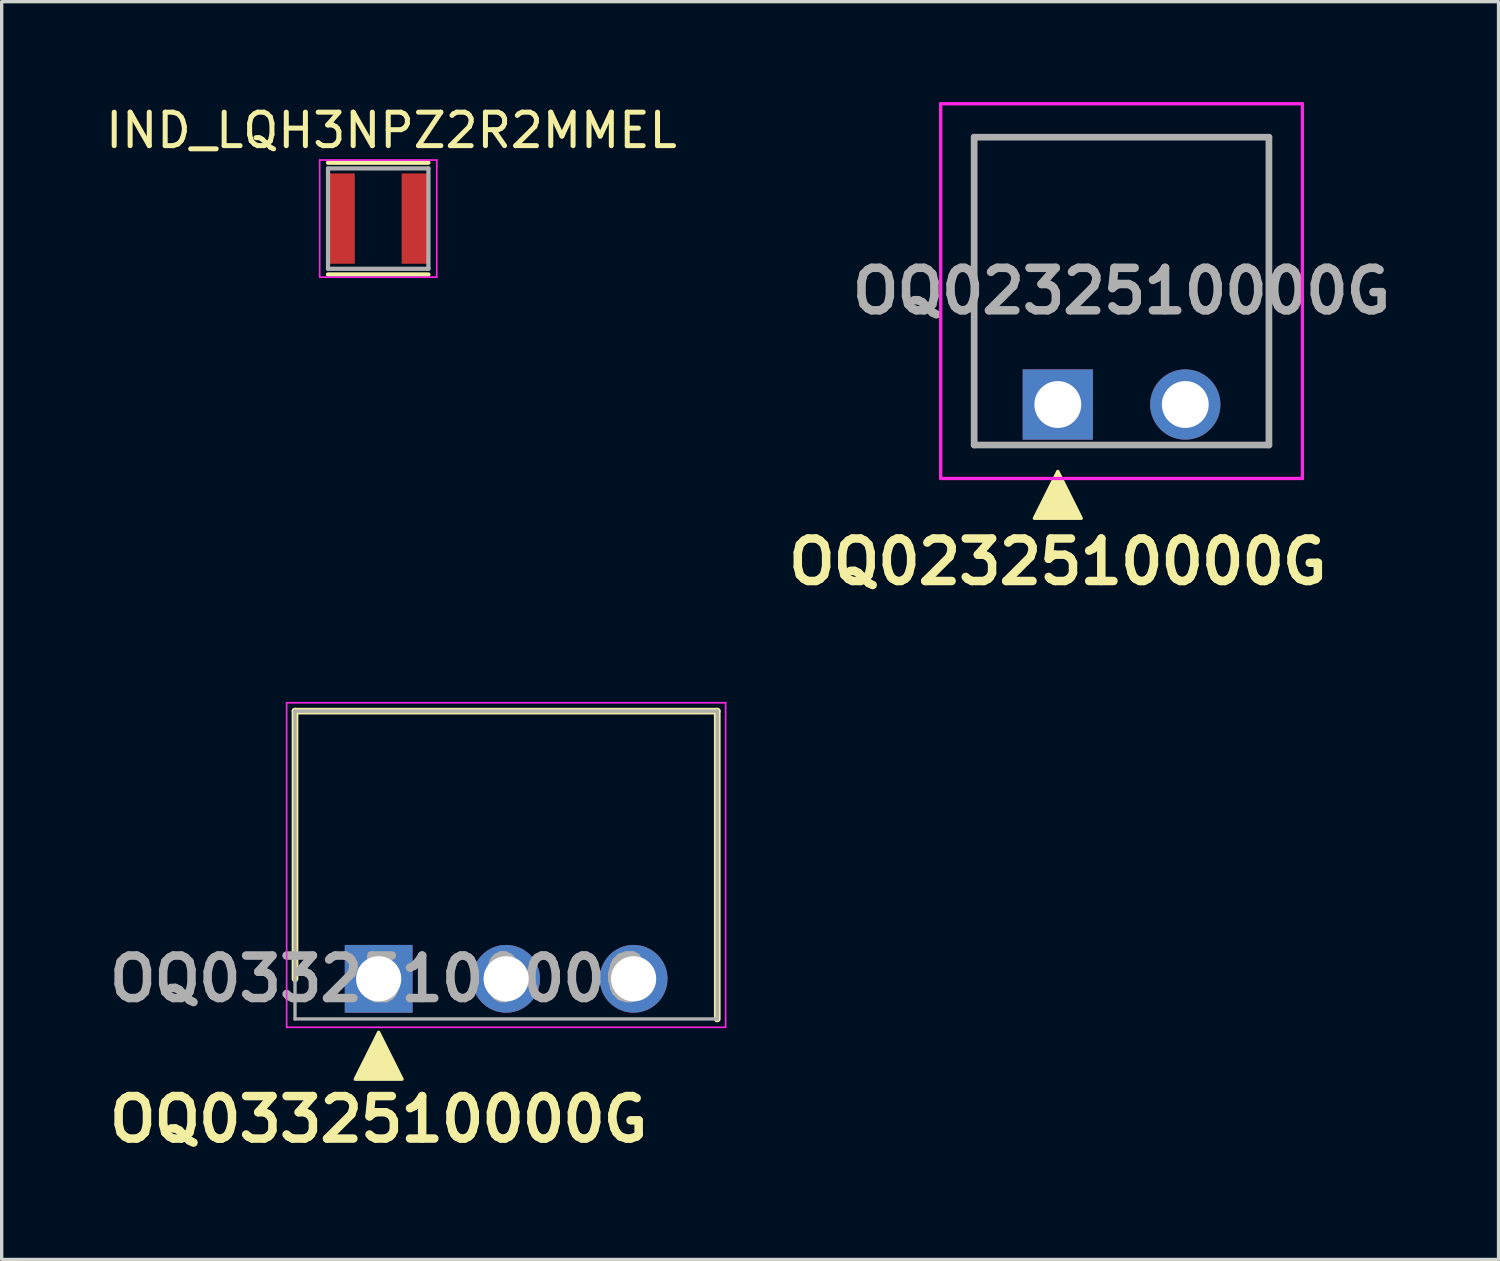
<source format=kicad_pcb>
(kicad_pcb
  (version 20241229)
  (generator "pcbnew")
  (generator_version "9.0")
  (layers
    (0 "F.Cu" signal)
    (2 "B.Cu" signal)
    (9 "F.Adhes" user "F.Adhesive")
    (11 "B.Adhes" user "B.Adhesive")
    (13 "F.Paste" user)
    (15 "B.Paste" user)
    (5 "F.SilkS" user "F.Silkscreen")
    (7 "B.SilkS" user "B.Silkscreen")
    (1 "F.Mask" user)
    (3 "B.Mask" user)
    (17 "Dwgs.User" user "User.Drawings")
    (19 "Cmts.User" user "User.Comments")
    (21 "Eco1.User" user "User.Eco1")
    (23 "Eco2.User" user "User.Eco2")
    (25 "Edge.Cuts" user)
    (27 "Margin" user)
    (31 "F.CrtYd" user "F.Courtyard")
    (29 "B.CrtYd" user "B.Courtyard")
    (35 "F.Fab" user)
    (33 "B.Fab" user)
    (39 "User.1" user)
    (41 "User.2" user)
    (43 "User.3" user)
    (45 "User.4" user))
  (footprint "OQ0332510000G"
    (layer "F.Cu")
    (at 8.267 26.204)
    (property "Reference" "OQ0332510000G" (at 0 4.2 0) (layer "F.SilkS") (effects (font (size 1.27 1.27) (thickness 0.254))))
    (attr through_hole)
    (fp_line (start -2.5 -8) (end 10.12 -8) (stroke (width 0.2) (type solid)) (layer "F.SilkS"))
    (fp_line (start -2.5 0) (end -2.5 -8) (stroke (width 0.2) (type solid)) (layer "F.SilkS"))
    (fp_line (start 10.12 -8) (end 10.12 1.2) (stroke (width 0.2) (type solid)) (layer "F.SilkS"))
    (fp_poly (pts (xy 0 1.6) (xy -0.7 3) (xy 0.7 3)) (stroke (width 0.1) (type solid)) (fill yes) (layer "F.SilkS"))
    (fp_line (start -2.75 -8.25) (end -2.75 1.45) (stroke (width 0.05) (type solid)) (layer "F.CrtYd"))
    (fp_line (start -2.75 1.45) (end 10.37 1.45) (stroke (width 0.05) (type solid)) (layer "F.CrtYd"))
    (fp_line (start 10.37 -8.25) (end -2.75 -8.25) (stroke (width 0.05) (type solid)) (layer "F.CrtYd"))
    (fp_line (start 10.37 1.45) (end 10.37 -8.25) (stroke (width 0.05) (type solid)) (layer "F.CrtYd"))
    (fp_line (start -2.5 -8) (end 10.12 -8) (stroke (width 0.1) (type solid)) (layer "F.Fab"))
    (fp_line (start -2.5 1.2) (end -2.5 -8) (stroke (width 0.1) (type solid)) (layer "F.Fab"))
    (fp_line (start 10.12 -8) (end 10.12 1.2) (stroke (width 0.1) (type solid)) (layer "F.Fab"))
    (fp_line (start 10.12 1.2) (end -2.5 1.2) (stroke (width 0.1) (type solid)) (layer "F.Fab"))
    (fp_text user "${REFERENCE}" (at 0 0 0) (layer "F.Fab") (effects (font (size 1.27 1.27) (thickness 0.254))))
    (pad "1" thru_hole rect (at 0 0) (size 2.025 2.025) (drill 1.35) (layers "*.Cu" "*.Mask"))
    (pad "2" thru_hole circle (at 3.81 0) (size 2.025 2.025) (drill 1.35) (layers "*.Cu" "*.Mask"))
    (pad "3" thru_hole circle (at 7.62 0) (size 2.025 2.025) (drill 1.35) (layers "*.Cu" "*.Mask")))
  (footprint "IND_LQH3NPZ2R2MMEL"
    (layer "F.Cu")
    (at 8.254 3.483)
    (property "Reference" "IND_LQH3NPZ2R2MMEL" (at 0.395 -2.635 0) (layer "F.SilkS") (effects (font (size 1 1) (thickness 0.15))))
    (attr smd)
    (fp_line (start -1.5 -1.67) (end 1.5 -1.67) (stroke (width 0.127) (type solid)) (layer "F.SilkS"))
    (fp_line (start -1.5 1.67) (end 1.5 1.67) (stroke (width 0.127) (type solid)) (layer "F.SilkS"))
    (fp_line (start -1.75 -1.75) (end 1.75 -1.75) (stroke (width 0.05) (type solid)) (layer "F.CrtYd"))
    (fp_line (start -1.75 1.75) (end -1.75 -1.75) (stroke (width 0.05) (type solid)) (layer "F.CrtYd"))
    (fp_line (start 1.75 -1.75) (end 1.75 1.75) (stroke (width 0.05) (type solid)) (layer "F.CrtYd"))
    (fp_line (start 1.75 1.75) (end -1.75 1.75) (stroke (width 0.05) (type solid)) (layer "F.CrtYd"))
    (fp_line (start -1.5 -1.5) (end 1.5 -1.5) (stroke (width 0.127) (type solid)) (layer "F.Fab"))
    (fp_line (start -1.5 1.5) (end -1.5 -1.5) (stroke (width 0.127) (type solid)) (layer "F.Fab"))
    (fp_line (start 1.5 -1.5) (end 1.5 1.5) (stroke (width 0.127) (type solid)) (layer "F.Fab"))
    (fp_line (start 1.5 1.5) (end -1.5 1.5) (stroke (width 0.127) (type solid)) (layer "F.Fab"))
    (pad "1" smd rect (at -1.1 0) (size 0.8 2.7) (layers "F.Cu" "F.Mask" "F.Paste"))
    (pad "2" smd rect (at 1.1 0) (size 0.8 2.7) (layers "F.Cu" "F.Mask" "F.Paste")))
  (footprint "OQ0232510000G"
    (layer "F.Cu")
    (at 28.565 9.04)
    (property "Reference" "OQ0232510000G" (at 0 4.7 0) (layer "F.SilkS") (effects (font (size 1.27 1.27) (thickness 0.254))))
    (attr through_hole)
    (fp_line (start -2.5 -7.99) (end 6.31 -7.99) (stroke (width 0.1) (type solid)) (layer "F.SilkS"))
    (fp_line (start -2.5 1.21) (end -2.5 -7.99) (stroke (width 0.1) (type solid)) (layer "F.SilkS"))
    (fp_line (start 6.31 -7.99) (end 6.31 1.21) (stroke (width 0.1) (type solid)) (layer "F.SilkS"))
    (fp_poly (pts (xy 0 2) (xy -0.7 3.4) (xy 0.7 3.4)) (stroke (width 0.1) (type solid)) (fill yes) (layer "F.SilkS"))
    (fp_line (start -3.5 -8.99) (end 7.31 -8.99) (stroke (width 0.1) (type solid)) (layer "F.CrtYd"))
    (fp_line (start -3.5 2.21) (end -3.5 -8.99) (stroke (width 0.1) (type solid)) (layer "F.CrtYd"))
    (fp_line (start 7.31 -8.99) (end 7.31 2.21) (stroke (width 0.1) (type solid)) (layer "F.CrtYd"))
    (fp_line (start 7.31 2.21) (end -3.5 2.21) (stroke (width 0.1) (type solid)) (layer "F.CrtYd"))
    (fp_line (start -2.5 -7.99) (end 6.31 -7.99) (stroke (width 0.2) (type solid)) (layer "F.Fab"))
    (fp_line (start -2.5 1.21) (end -2.5 -7.99) (stroke (width 0.2) (type solid)) (layer "F.Fab"))
    (fp_line (start 6.31 -7.99) (end 6.31 1.21) (stroke (width 0.2) (type solid)) (layer "F.Fab"))
    (fp_line (start 6.31 1.21) (end -2.5 1.21) (stroke (width 0.2) (type solid)) (layer "F.Fab"))
    (fp_text user "${REFERENCE}" (at 1.905 -3.39 0) (layer "F.Fab") (effects (font (size 1.27 1.27) (thickness 0.254))))
    (pad "1" thru_hole rect (at 0 0) (size 2.1 2.1) (drill 1.4) (layers "*.Cu" "*.Mask"))
    (pad "2" thru_hole circle (at 3.81 0) (size 2.1 2.1) (drill 1.4) (layers "*.Cu" "*.Mask")))
  (gr_rect
    (start -3 -3)
    (end 41.737 34.592)
    (stroke (width 0.1) (type default))
    (fill no)
    (layer "Edge.Cuts")))
</source>
